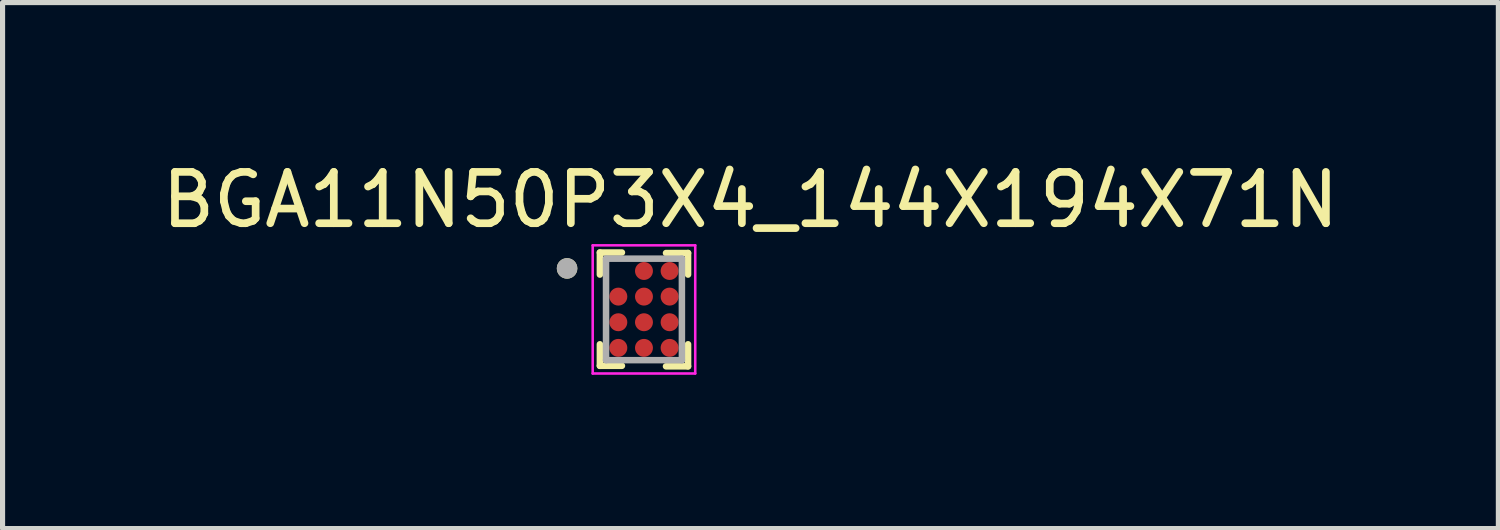
<source format=kicad_pcb>
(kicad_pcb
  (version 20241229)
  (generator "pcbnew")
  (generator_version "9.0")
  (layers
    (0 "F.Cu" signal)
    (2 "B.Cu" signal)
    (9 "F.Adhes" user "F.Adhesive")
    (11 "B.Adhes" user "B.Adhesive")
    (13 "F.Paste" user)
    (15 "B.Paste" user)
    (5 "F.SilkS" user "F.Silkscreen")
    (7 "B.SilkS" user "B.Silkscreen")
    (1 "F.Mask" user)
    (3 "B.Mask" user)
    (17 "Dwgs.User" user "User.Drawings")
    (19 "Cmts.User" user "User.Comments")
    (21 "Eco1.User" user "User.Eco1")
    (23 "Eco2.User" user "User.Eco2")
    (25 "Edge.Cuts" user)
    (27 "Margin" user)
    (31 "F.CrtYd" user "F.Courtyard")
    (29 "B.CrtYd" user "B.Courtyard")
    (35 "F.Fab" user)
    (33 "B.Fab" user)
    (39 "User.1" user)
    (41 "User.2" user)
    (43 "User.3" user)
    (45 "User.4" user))
  (footprint "BGA11N50P3X4_144X194X71N"
    (layer "F.Cu")
    (at 9.512 2.986)
    (property "Reference" "BGA11N50P3X4_144X194X71N" (at 2.077 -2.137 0) (layer "F.SilkS") (effects (font (size 1.001 1.001) (thickness 0.15))))
    (attr smd)
    (fp_line (start -0.86 -1.11) (end -0.43 -1.11) (stroke (width 0.127) (type solid)) (layer "F.SilkS"))
    (fp_line (start -0.86 -0.68) (end -0.86 -1.11) (stroke (width 0.127) (type solid)) (layer "F.SilkS"))
    (fp_line (start -0.86 1.1) (end -0.86 0.68) (stroke (width 0.127) (type solid)) (layer "F.SilkS"))
    (fp_line (start -0.43 1.1) (end -0.86 1.1) (stroke (width 0.127) (type solid)) (layer "F.SilkS"))
    (fp_line (start 0.43 -1.1) (end 0.86 -1.1) (stroke (width 0.127) (type solid)) (layer "F.SilkS"))
    (fp_line (start 0.86 -1.1) (end 0.86 -0.68) (stroke (width 0.127) (type solid)) (layer "F.SilkS"))
    (fp_line (start 0.86 0.68) (end 0.86 1.11) (stroke (width 0.127) (type solid)) (layer "F.SilkS"))
    (fp_line (start 0.86 1.11) (end 0.43 1.11) (stroke (width 0.127) (type solid)) (layer "F.SilkS"))
    (fp_circle (center -1.5 -0.8) (end -1.4 -0.8) (stroke (width 0.2) (type solid)) (fill no) (layer "F.SilkS"))
    (fp_line (start -1 -1.25) (end 1 -1.25) (stroke (width 0.05) (type solid)) (layer "F.CrtYd"))
    (fp_line (start -1 1.25) (end -1 -1.25) (stroke (width 0.05) (type solid)) (layer "F.CrtYd"))
    (fp_line (start 1 -1.25) (end 1 1.25) (stroke (width 0.05) (type solid)) (layer "F.CrtYd"))
    (fp_line (start 1 1.25) (end -1 1.25) (stroke (width 0.05) (type solid)) (layer "F.CrtYd"))
    (fp_line (start -0.74 -0.99) (end 0.74 -0.99) (stroke (width 0.127) (type solid)) (layer "F.Fab"))
    (fp_line (start -0.74 0.99) (end -0.74 -0.99) (stroke (width 0.127) (type solid)) (layer "F.Fab"))
    (fp_line (start 0.74 -0.99) (end 0.74 0.99) (stroke (width 0.127) (type solid)) (layer "F.Fab"))
    (fp_line (start 0.74 0.99) (end -0.74 0.99) (stroke (width 0.127) (type solid)) (layer "F.Fab"))
    (fp_circle (center -1.5 -0.8) (end -1.4 -0.8) (stroke (width 0.2) (type solid)) (fill no) (layer "F.Fab"))
    (pad "A2" smd circle (at 0 -0.75 180) (size 0.35 0.35) (layers "F.Cu" "F.Mask" "F.Paste"))
    (pad "A3" smd circle (at 0.5 -0.75 180) (size 0.35 0.35) (layers "F.Cu" "F.Mask" "F.Paste"))
    (pad "B1" smd circle (at -0.5 -0.25 180) (size 0.35 0.35) (layers "F.Cu" "F.Mask" "F.Paste"))
    (pad "B2" smd circle (at 0 -0.25 180) (size 0.35 0.35) (layers "F.Cu" "F.Mask" "F.Paste"))
    (pad "B3" smd circle (at 0.5 -0.25 180) (size 0.35 0.35) (layers "F.Cu" "F.Mask" "F.Paste"))
    (pad "C1" smd circle (at -0.5 0.25 180) (size 0.35 0.35) (layers "F.Cu" "F.Mask" "F.Paste"))
    (pad "C2" smd circle (at 0 0.25 180) (size 0.35 0.35) (layers "F.Cu" "F.Mask" "F.Paste"))
    (pad "C3" smd circle (at 0.5 0.25 180) (size 0.35 0.35) (layers "F.Cu" "F.Mask" "F.Paste"))
    (pad "D1" smd circle (at -0.5 0.75 180) (size 0.35 0.35) (layers "F.Cu" "F.Mask" "F.Paste"))
    (pad "D2" smd circle (at 0 0.75 180) (size 0.35 0.35) (layers "F.Cu" "F.Mask" "F.Paste"))
    (pad "D3" smd circle (at 0.5 0.75 180) (size 0.35 0.35) (layers "F.Cu" "F.Mask" "F.Paste")))
  (gr_rect
    (start -3 -3)
    (end 26.179 7.261)
    (stroke (width 0.1) (type default))
    (fill no)
    (layer "Edge.Cuts")))
</source>
